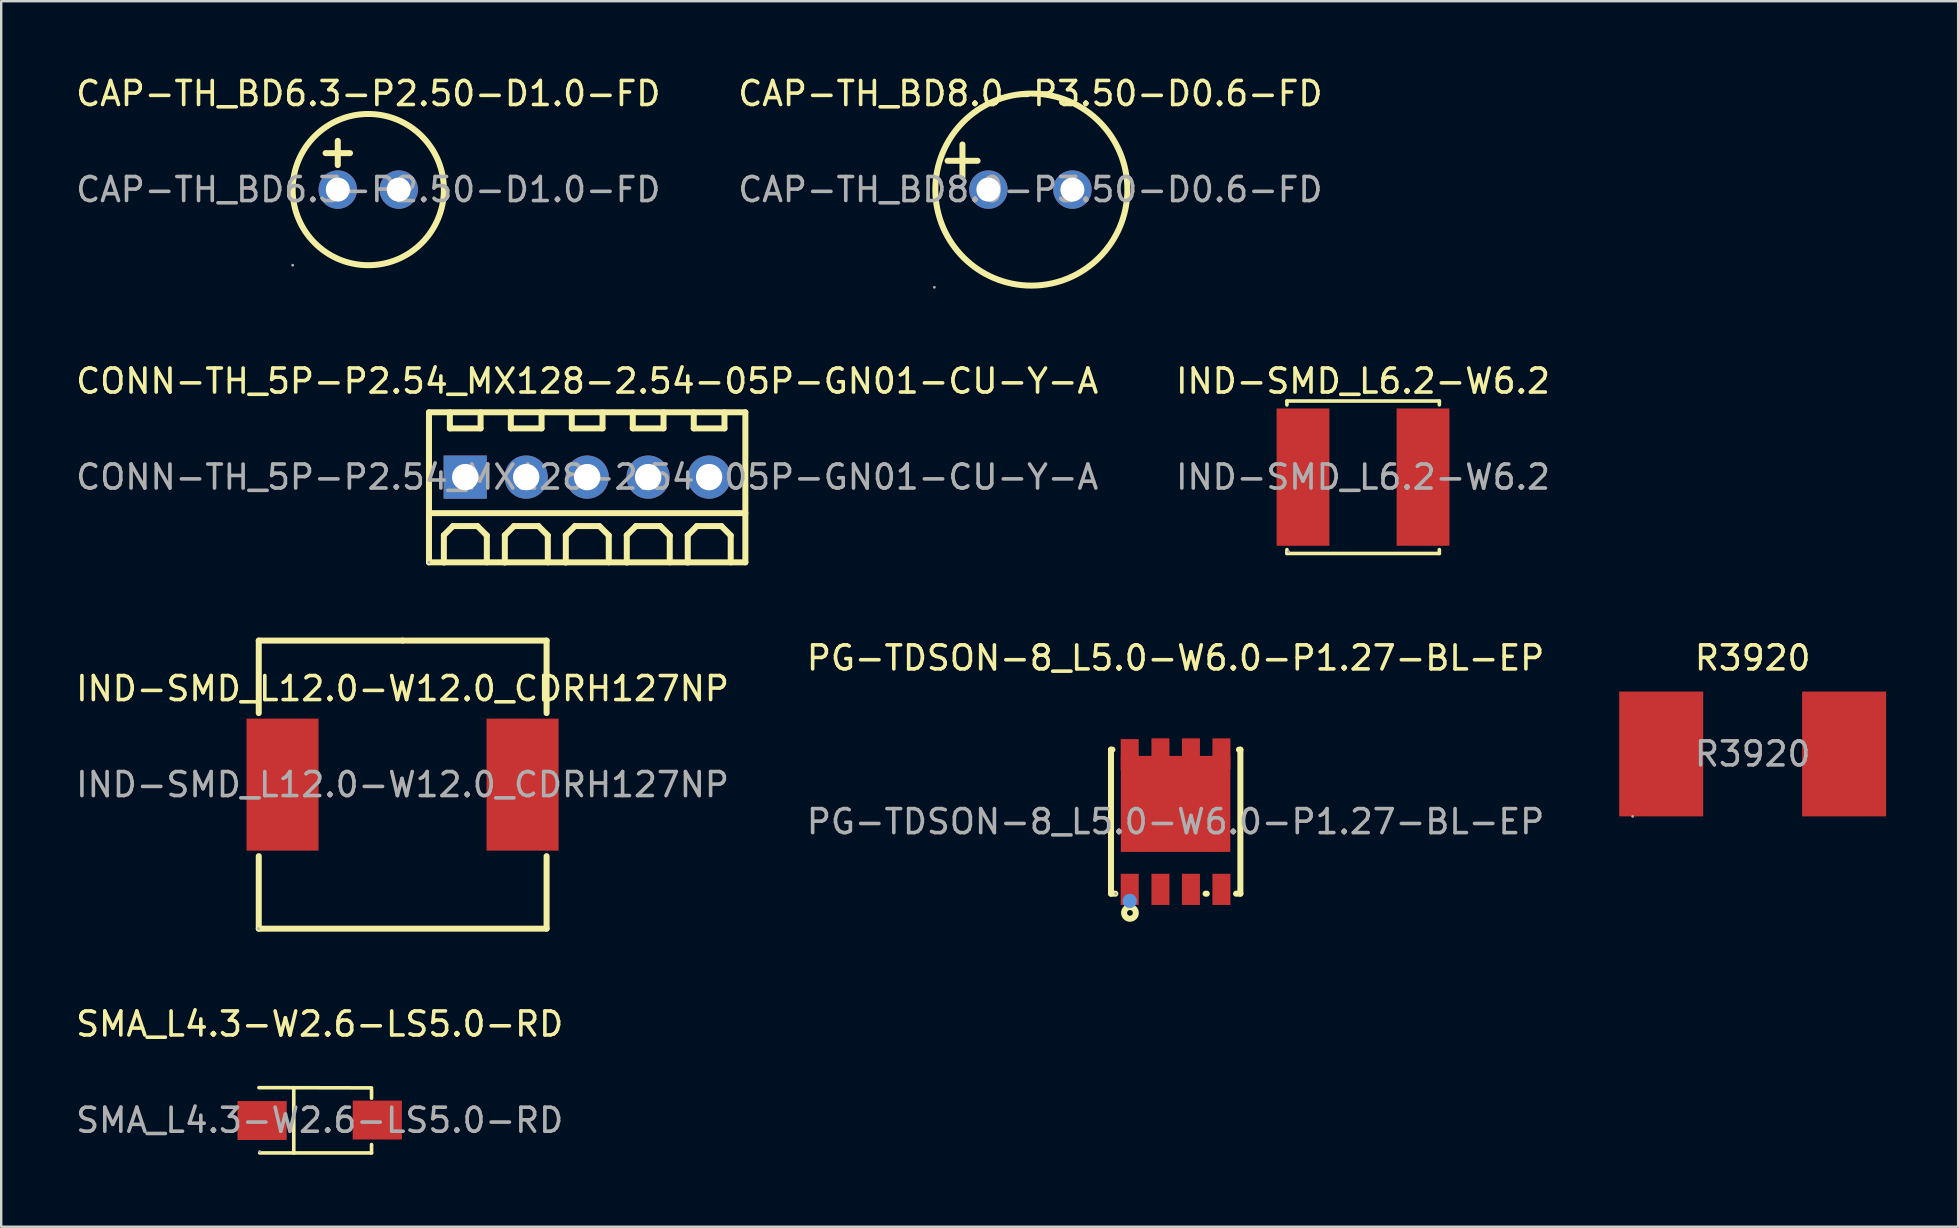
<source format=kicad_pcb>
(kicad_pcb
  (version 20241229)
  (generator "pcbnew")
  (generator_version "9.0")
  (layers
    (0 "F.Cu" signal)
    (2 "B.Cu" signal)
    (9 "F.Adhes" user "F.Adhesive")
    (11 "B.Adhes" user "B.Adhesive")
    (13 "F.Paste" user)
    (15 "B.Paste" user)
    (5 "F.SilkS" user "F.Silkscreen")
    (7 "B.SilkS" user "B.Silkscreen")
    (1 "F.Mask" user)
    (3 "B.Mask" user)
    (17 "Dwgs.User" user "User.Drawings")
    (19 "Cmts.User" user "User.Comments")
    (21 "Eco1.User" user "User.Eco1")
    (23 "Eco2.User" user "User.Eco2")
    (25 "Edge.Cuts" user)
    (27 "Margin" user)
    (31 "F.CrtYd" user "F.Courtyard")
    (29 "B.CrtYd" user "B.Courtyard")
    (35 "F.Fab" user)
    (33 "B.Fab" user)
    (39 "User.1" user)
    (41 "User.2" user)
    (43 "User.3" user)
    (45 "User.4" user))
  (footprint "CONN-TH_5P-P2.54_MX128-2.54-05P-GN01-CU-Y-A"
    (layer "F.Cu")
    (at 21.411 16.826)
    (property "Reference" "CONN-TH_5P-P2.54_MX128-2.54-05P-GN01-CU-Y-A" (at 0 -4 0) (layer "F.SilkS") (effects (font (size 1 1) (thickness 0.15))))
    (attr through_hole)
    (fp_line (start -6.59 -2.7) (end -6.59 3.55) (stroke (width 0.25) (type solid)) (layer "F.SilkS"))
    (fp_line (start -6.59 1.5) (end 6.59 1.5) (stroke (width 0.25) (type solid)) (layer "F.SilkS"))
    (fp_line (start -5.97 2.42) (end -5.59 2.04) (stroke (width 0.25) (type solid)) (layer "F.SilkS"))
    (fp_line (start -5.97 3.56) (end -5.97 2.42) (stroke (width 0.25) (type solid)) (layer "F.SilkS"))
    (fp_line (start -5.72 -2.7) (end -5.72 -2.03) (stroke (width 0.25) (type solid)) (layer "F.SilkS"))
    (fp_line (start -5.72 -2.03) (end -4.44 -2.03) (stroke (width 0.25) (type solid)) (layer "F.SilkS"))
    (fp_line (start -5.59 2.04) (end -4.57 2.04) (stroke (width 0.25) (type solid)) (layer "F.SilkS"))
    (fp_line (start -4.57 2.04) (end -4.18 2.43) (stroke (width 0.25) (type solid)) (layer "F.SilkS"))
    (fp_line (start -4.44 -2.03) (end -4.44 -2.7) (stroke (width 0.25) (type solid)) (layer "F.SilkS"))
    (fp_line (start -4.18 2.43) (end -4.18 3.55) (stroke (width 0.25) (type solid)) (layer "F.SilkS"))
    (fp_line (start -3.43 2.42) (end -3.05 2.04) (stroke (width 0.25) (type solid)) (layer "F.SilkS"))
    (fp_line (start -3.43 3.56) (end -3.43 2.42) (stroke (width 0.25) (type solid)) (layer "F.SilkS"))
    (fp_line (start -3.18 -2.7) (end -3.18 -2.03) (stroke (width 0.25) (type solid)) (layer "F.SilkS"))
    (fp_line (start -3.18 -2.03) (end -1.9 -2.03) (stroke (width 0.25) (type solid)) (layer "F.SilkS"))
    (fp_line (start -3.05 2.04) (end -2.03 2.04) (stroke (width 0.25) (type solid)) (layer "F.SilkS"))
    (fp_line (start -2.03 2.04) (end -1.64 2.43) (stroke (width 0.25) (type solid)) (layer "F.SilkS"))
    (fp_line (start -1.9 -2.03) (end -1.9 -2.7) (stroke (width 0.25) (type solid)) (layer "F.SilkS"))
    (fp_line (start -1.64 2.43) (end -1.64 3.55) (stroke (width 0.25) (type solid)) (layer "F.SilkS"))
    (fp_line (start -0.89 2.42) (end -0.51 2.04) (stroke (width 0.25) (type solid)) (layer "F.SilkS"))
    (fp_line (start -0.89 3.56) (end -0.89 2.42) (stroke (width 0.25) (type solid)) (layer "F.SilkS"))
    (fp_line (start -0.64 -2.7) (end -0.64 -2.03) (stroke (width 0.25) (type solid)) (layer "F.SilkS"))
    (fp_line (start -0.64 -2.03) (end 0.64 -2.03) (stroke (width 0.25) (type solid)) (layer "F.SilkS"))
    (fp_line (start -0.51 2.04) (end 0.51 2.04) (stroke (width 0.25) (type solid)) (layer "F.SilkS"))
    (fp_line (start 0.51 2.04) (end 0.9 2.43) (stroke (width 0.25) (type solid)) (layer "F.SilkS"))
    (fp_line (start 0.64 -2.03) (end 0.64 -2.7) (stroke (width 0.25) (type solid)) (layer "F.SilkS"))
    (fp_line (start 0.9 2.43) (end 0.9 3.55) (stroke (width 0.25) (type solid)) (layer "F.SilkS"))
    (fp_line (start 1.65 2.42) (end 2.03 2.04) (stroke (width 0.25) (type solid)) (layer "F.SilkS"))
    (fp_line (start 1.65 3.56) (end 1.65 2.42) (stroke (width 0.25) (type solid)) (layer "F.SilkS"))
    (fp_line (start 1.9 -2.7) (end 1.9 -2.03) (stroke (width 0.25) (type solid)) (layer "F.SilkS"))
    (fp_line (start 1.9 -2.03) (end 3.18 -2.03) (stroke (width 0.25) (type solid)) (layer "F.SilkS"))
    (fp_line (start 2.03 2.04) (end 3.05 2.04) (stroke (width 0.25) (type solid)) (layer "F.SilkS"))
    (fp_line (start 3.05 2.04) (end 3.44 2.43) (stroke (width 0.25) (type solid)) (layer "F.SilkS"))
    (fp_line (start 3.18 -2.03) (end 3.18 -2.7) (stroke (width 0.25) (type solid)) (layer "F.SilkS"))
    (fp_line (start 3.44 2.43) (end 3.44 3.55) (stroke (width 0.25) (type solid)) (layer "F.SilkS"))
    (fp_line (start 4.19 2.42) (end 4.57 2.04) (stroke (width 0.25) (type solid)) (layer "F.SilkS"))
    (fp_line (start 4.19 3.56) (end 4.19 2.42) (stroke (width 0.25) (type solid)) (layer "F.SilkS"))
    (fp_line (start 4.44 -2.7) (end 4.44 -2.03) (stroke (width 0.25) (type solid)) (layer "F.SilkS"))
    (fp_line (start 4.44 -2.03) (end 5.72 -2.03) (stroke (width 0.25) (type solid)) (layer "F.SilkS"))
    (fp_line (start 4.57 2.04) (end 5.59 2.04) (stroke (width 0.25) (type solid)) (layer "F.SilkS"))
    (fp_line (start 5.59 2.04) (end 5.98 2.43) (stroke (width 0.25) (type solid)) (layer "F.SilkS"))
    (fp_line (start 5.72 -2.03) (end 5.72 -2.7) (stroke (width 0.25) (type solid)) (layer "F.SilkS"))
    (fp_line (start 5.98 2.43) (end 5.98 3.55) (stroke (width 0.25) (type solid)) (layer "F.SilkS"))
    (fp_line (start 6.59 -2.7) (end -6.59 -2.7) (stroke (width 0.25) (type solid)) (layer "F.SilkS"))
    (fp_line (start 6.59 -2.7) (end 6.59 3.55) (stroke (width 0.25) (type solid)) (layer "F.SilkS"))
    (fp_line (start 6.59 3.55) (end -6.59 3.55) (stroke (width 0.25) (type solid)) (layer "F.SilkS"))
    (fp_circle (center -6.59 3.55) (end -6.56 3.55) (stroke (width 0.06) (type solid)) (fill no) (layer "F.Fab"))
    (fp_text user "${REFERENCE}" (at 0 0 0) (layer "F.Fab") (effects (font (size 1 1) (thickness 0.15))))
    (pad "1" thru_hole rect (at -5.08 0) (size 1.8 1.8) (drill 1.1) (layers "*.Cu" "*.Mask"))
    (pad "2" thru_hole circle (at -2.54 0) (size 1.8 1.8) (drill 1.1) (layers "*.Cu" "*.Mask"))
    (pad "3" thru_hole circle (at 0 0) (size 1.8 1.8) (drill 1.1) (layers "*.Cu" "*.Mask"))
    (pad "4" thru_hole circle (at 2.54 0) (size 1.8 1.8) (drill 1.1) (layers "*.Cu" "*.Mask"))
    (pad "5" thru_hole circle (at 5.08 0) (size 1.8 1.8) (drill 1.1) (layers "*.Cu" "*.Mask")))
  (footprint "IND-SMD_L12.0-W12.0_CDRH127NP"
    (layer "F.Cu")
    (at 13.72 29.637)
    (property "Reference" "IND-SMD_L12.0-W12.0_CDRH127NP" (at 0 -4 0) (layer "F.SilkS") (effects (font (size 1 1) (thickness 0.15))))
    (attr smd)
    (fp_line (start -5.99 -6) (end 0 -6) (stroke (width 0.25) (type solid)) (layer "F.SilkS"))
    (fp_line (start -5.99 -2.98) (end -5.99 -6) (stroke (width 0.25) (type solid)) (layer "F.SilkS"))
    (fp_line (start -5.99 6) (end -5.99 2.98) (stroke (width 0.25) (type solid)) (layer "F.SilkS"))
    (fp_line (start 0 -6) (end 6 -6) (stroke (width 0.25) (type solid)) (layer "F.SilkS"))
    (fp_line (start 6 -6) (end 6 -2.98) (stroke (width 0.25) (type solid)) (layer "F.SilkS"))
    (fp_line (start 6 2.98) (end 6 6) (stroke (width 0.25) (type solid)) (layer "F.SilkS"))
    (fp_line (start 6 6) (end -5.99 6) (stroke (width 0.25) (type solid)) (layer "F.SilkS"))
    (fp_circle (center -6 6) (end -5.97 6) (stroke (width 0.06) (type solid)) (fill no) (layer "F.Fab"))
    (fp_text user "${REFERENCE}" (at 0 0 0) (layer "F.Fab") (effects (font (size 1 1) (thickness 0.15))))
    (pad "1" smd rect (at -5 0) (size 3 5.5) (layers "F.Cu" "F.Mask" "F.Paste"))
    (pad "2" smd rect (at 5 0) (size 3 5.5) (layers "F.Cu" "F.Mask" "F.Paste")))
  (footprint "PG-TDSON-8_L5.0-W6.0-P1.27-BL-EP"
    (layer "F.Cu")
    (at 45.923 31.18)
    (property "Reference" "PG-TDSON-8_L5.0-W6.0-P1.27-BL-EP" (at 0 -6.82 0) (layer "F.SilkS") (effects (font (size 1 1) (thickness 0.15))))
    (attr smd)
    (fp_line (start -2.69 -3) (end -2.63 -3) (stroke (width 0.25) (type solid)) (layer "F.SilkS"))
    (fp_line (start -2.69 3) (end -2.69 -3) (stroke (width 0.25) (type solid)) (layer "F.SilkS"))
    (fp_line (start -2.69 3) (end -2.51 3) (stroke (width 0.25) (type solid)) (layer "F.SilkS"))
    (fp_line (start 1.25 3) (end 1.3 3) (stroke (width 0.25) (type solid)) (layer "F.SilkS"))
    (fp_line (start 2.52 3) (end 2.7 3) (stroke (width 0.25) (type solid)) (layer "F.SilkS"))
    (fp_line (start 2.64 -3) (end 2.7 -3) (stroke (width 0.25) (type solid)) (layer "F.SilkS"))
    (fp_line (start 2.7 -3) (end 2.7 3) (stroke (width 0.25) (type solid)) (layer "F.SilkS"))
    (fp_circle (center -1.9 3.8) (end -1.78 3.8) (stroke (width 0.25) (type solid)) (fill no) (layer "F.SilkS"))
    (fp_circle (center -1.91 3.3) (end -1.76 3.3) (stroke (width 0.3) (type solid)) (fill no) (layer "Cmts.User"))
    (fp_circle (center -2.5 3) (end -2.47 3) (stroke (width 0.06) (type solid)) (fill no) (layer "F.Fab"))
    (fp_text user "${REFERENCE}" (at 0 0 0) (layer "F.Fab") (effects (font (size 1 1) (thickness 0.15))))
    (pad "1" smd rect (at -1.91 2.82 90) (size 1.3 0.75) (layers "F.Cu" "F.Mask" "F.Paste"))
    (pad "2" smd rect (at -0.63 2.82 90) (size 1.3 0.75) (layers "F.Cu" "F.Mask" "F.Paste"))
    (pad "3" smd rect (at 0.64 2.82 90) (size 1.3 0.75) (layers "F.Cu" "F.Mask" "F.Paste"))
    (pad "4" smd rect (at 1.91 2.82 90) (size 1.3 0.75) (layers "F.Cu" "F.Mask" "F.Paste"))
    (pad "5" smd rect (at 1.91 -2.82 270) (size 1.3 0.75) (layers "F.Cu" "F.Mask" "F.Paste"))
    (pad "6" smd rect (at 0.64 -2.82 270) (size 1.3 0.75) (layers "F.Cu" "F.Mask" "F.Paste"))
    (pad "7" smd rect (at -0.63 -2.82 270) (size 1.3 0.75) (layers "F.Cu" "F.Mask" "F.Paste"))
    (pad "8" smd rect (at -1.91 -2.79 270) (size 1.3 0.75) (layers "F.Cu" "F.Mask" "F.Paste"))
    (pad "8" smd rect (at 0 -0.74) (size 4.56 4) (layers "F.Cu" "F.Mask" "F.Paste")))
  (footprint "R3920"
    (layer "F.Cu")
    (at 69.965 28.36)
    (property "Reference" "R3920" (at 0 -4 0) (layer "F.SilkS") (effects (font (size 1 1) (thickness 0.15))))
    (attr smd)
    (fp_circle (center -5 2.6) (end -4.97 2.6) (stroke (width 0.06) (type solid)) (fill no) (layer "F.Fab"))
    (fp_text user "${REFERENCE}" (at 0 0 0) (layer "F.Fab") (effects (font (size 1 1) (thickness 0.15))))
    (pad "1" smd rect (at -3.81 0) (size 3.5 5.2) (layers "F.Cu" "F.Mask" "F.Paste"))
    (pad "2" smd rect (at 3.81 0) (size 3.5 5.2) (layers "F.Cu" "F.Mask" "F.Paste")))
  (footprint "SMA_L4.3-W2.6-LS5.0-RD"
    (layer "F.Cu")
    (at 10.268 43.62)
    (property "Reference" "SMA_L4.3-W2.6-LS5.0-RD" (at 0 -4.01 0) (layer "F.SilkS") (effects (font (size 1 1) (thickness 0.15))))
    (attr smd)
    (fp_line (start -2.53 -1.36) (end 2.16 -1.35) (stroke (width 0.15) (type solid)) (layer "F.SilkS"))
    (fp_line (start -2.5 1.36) (end 2.16 1.36) (stroke (width 0.15) (type solid)) (layer "F.SilkS"))
    (fp_line (start -1.08 -1.36) (end -1.08 1.36) (stroke (width 0.15) (type solid)) (layer "F.SilkS"))
    (fp_line (start 2.16 -1.27) (end 2.16 -0.92) (stroke (width 0.15) (type solid)) (layer "F.SilkS"))
    (fp_line (start 2.16 1.36) (end 2.16 1.01) (stroke (width 0.15) (type solid)) (layer "F.SilkS"))
    (fp_circle (center -2.5 1.3) (end -2.47 1.3) (stroke (width 0.06) (type solid)) (fill no) (layer "F.Fab"))
    (fp_text user "${REFERENCE}" (at 0 0 0) (layer "F.Fab") (effects (font (size 1 1) (thickness 0.15))))
    (pad "1" smd rect (at -2.4 0.01) (size 2.05 1.62) (layers "F.Cu" "F.Mask" "F.Paste"))
    (pad "2" smd rect (at 2.4 -0.01 180) (size 2.05 1.62) (layers "F.Cu" "F.Mask" "F.Paste")))
  (footprint "CAP-TH_BD8.0-P3.50-D0.6-FD"
    (layer "F.Cu")
    (at 39.875 4.848)
    (property "Reference" "CAP-TH_BD8.0-P3.50-D0.6-FD" (at 0 -4 0) (layer "F.SilkS") (effects (font (size 1 1) (thickness 0.15))))
    (attr through_hole)
    (fp_line (start -2.83 -0.53) (end -2.83 -1.88) (stroke (width 0.25) (type solid)) (layer "F.SilkS"))
    (fp_line (start -2.2 -1.2) (end -3.45 -1.2) (stroke (width 0.25) (type solid)) (layer "F.SilkS"))
    (fp_arc (start 0.07 -4) (mid 0.044907 4.000109) (end 0.000186 -3.999914) (stroke (width 0.25) (type solid)) (layer "F.SilkS"))
    (fp_circle (center -4 4.07) (end -3.97 4.07) (stroke (width 0.06) (type solid)) (fill no) (layer "F.Fab"))
    (fp_circle (center -1.75 0) (end -1.6 0) (stroke (width 0.3) (type solid)) (fill no) (layer "F.Fab"))
    (fp_circle (center 1.75 0) (end 1.9 0) (stroke (width 0.3) (type solid)) (fill no) (layer "F.Fab"))
    (fp_text user "${REFERENCE}" (at 0 0 0) (layer "F.Fab") (effects (font (size 1 1) (thickness 0.15))))
    (pad "1" thru_hole circle (at -1.75 0 90) (size 1.6 1.6) (drill 1) (layers "*.Cu" "*.Mask"))
    (pad "2" thru_hole circle (at 1.75 0 90) (size 1.6 1.6) (drill 1) (layers "*.Cu" "*.Mask")))
  (footprint "CAP-TH_BD6.3-P2.50-D1.0-FD"
    (layer "F.Cu")
    (at 12.292 4.848)
    (property "Reference" "CAP-TH_BD6.3-P2.50-D1.0-FD" (at 0 -4 0) (layer "F.SilkS") (effects (font (size 1 1) (thickness 0.15))))
    (attr through_hole)
    (fp_line (start -1.78 -1.52) (end -0.76 -1.52) (stroke (width 0.25) (type solid)) (layer "F.SilkS"))
    (fp_line (start -1.27 -2.03) (end -1.27 -1.02) (stroke (width 0.25) (type solid)) (layer "F.SilkS"))
    (fp_circle (center 0 0) (end 3.15 0) (stroke (width 0.25) (type solid)) (fill no) (layer "F.SilkS"))
    (fp_circle (center -3.15 3.15) (end -3.12 3.15) (stroke (width 0.06) (type solid)) (fill no) (layer "F.Fab"))
    (fp_circle (center -1.27 0) (end -1.12 0) (stroke (width 0.3) (type solid)) (fill no) (layer "F.Fab"))
    (fp_circle (center 1.27 0) (end 1.42 0) (stroke (width 0.3) (type solid)) (fill no) (layer "F.Fab"))
    (fp_text user "${REFERENCE}" (at 0 0 0) (layer "F.Fab") (effects (font (size 1 1) (thickness 0.15))))
    (pad "1" thru_hole circle (at -1.27 0) (size 1.6 1.6) (drill 1) (layers "*.Cu" "*.Mask"))
    (pad "2" thru_hole circle (at 1.27 0) (size 1.6 1.6) (drill 1) (layers "*.Cu" "*.Mask")))
  (footprint "IND-SMD_L6.2-W6.2"
    (layer "F.Cu")
    (at 53.732 16.826)
    (property "Reference" "IND-SMD_L6.2-W6.2" (at 0 -4 0) (layer "F.SilkS") (effects (font (size 1 1) (thickness 0.15))))
    (attr smd)
    (fp_line (start -3.17 -3.17) (end 3.18 -3.17) (stroke (width 0.15) (type solid)) (layer "F.SilkS"))
    (fp_line (start -3.17 -3.01) (end -3.17 -3.17) (stroke (width 0.15) (type solid)) (layer "F.SilkS"))
    (fp_line (start -3.17 3.02) (end -3.17 3.18) (stroke (width 0.15) (type solid)) (layer "F.SilkS"))
    (fp_line (start -3.17 3.18) (end 3.18 3.18) (stroke (width 0.15) (type solid)) (layer "F.SilkS"))
    (fp_line (start 3.18 -3.17) (end 3.18 -3.01) (stroke (width 0.15) (type solid)) (layer "F.SilkS"))
    (fp_line (start 3.18 3.18) (end 3.18 3.02) (stroke (width 0.15) (type solid)) (layer "F.SilkS"))
    (fp_circle (center -3.1 3.1) (end -3.07 3.1) (stroke (width 0.06) (type solid)) (fill no) (layer "F.Fab"))
    (fp_text user "${REFERENCE}" (at 0 0 0) (layer "F.Fab") (effects (font (size 1 1) (thickness 0.15))))
    (pad "1" smd rect (at -2.5 0) (size 2.2 5.72) (layers "F.Cu" "F.Mask" "F.Paste"))
    (pad "2" smd rect (at 2.5 0) (size 2.2 5.72) (layers "F.Cu" "F.Mask" "F.Paste")))
  (gr_rect
    (start -3 -3)
    (end 78.525 48.055)
    (stroke (width 0.1) (type default))
    (fill no)
    (layer "Edge.Cuts")))
</source>
